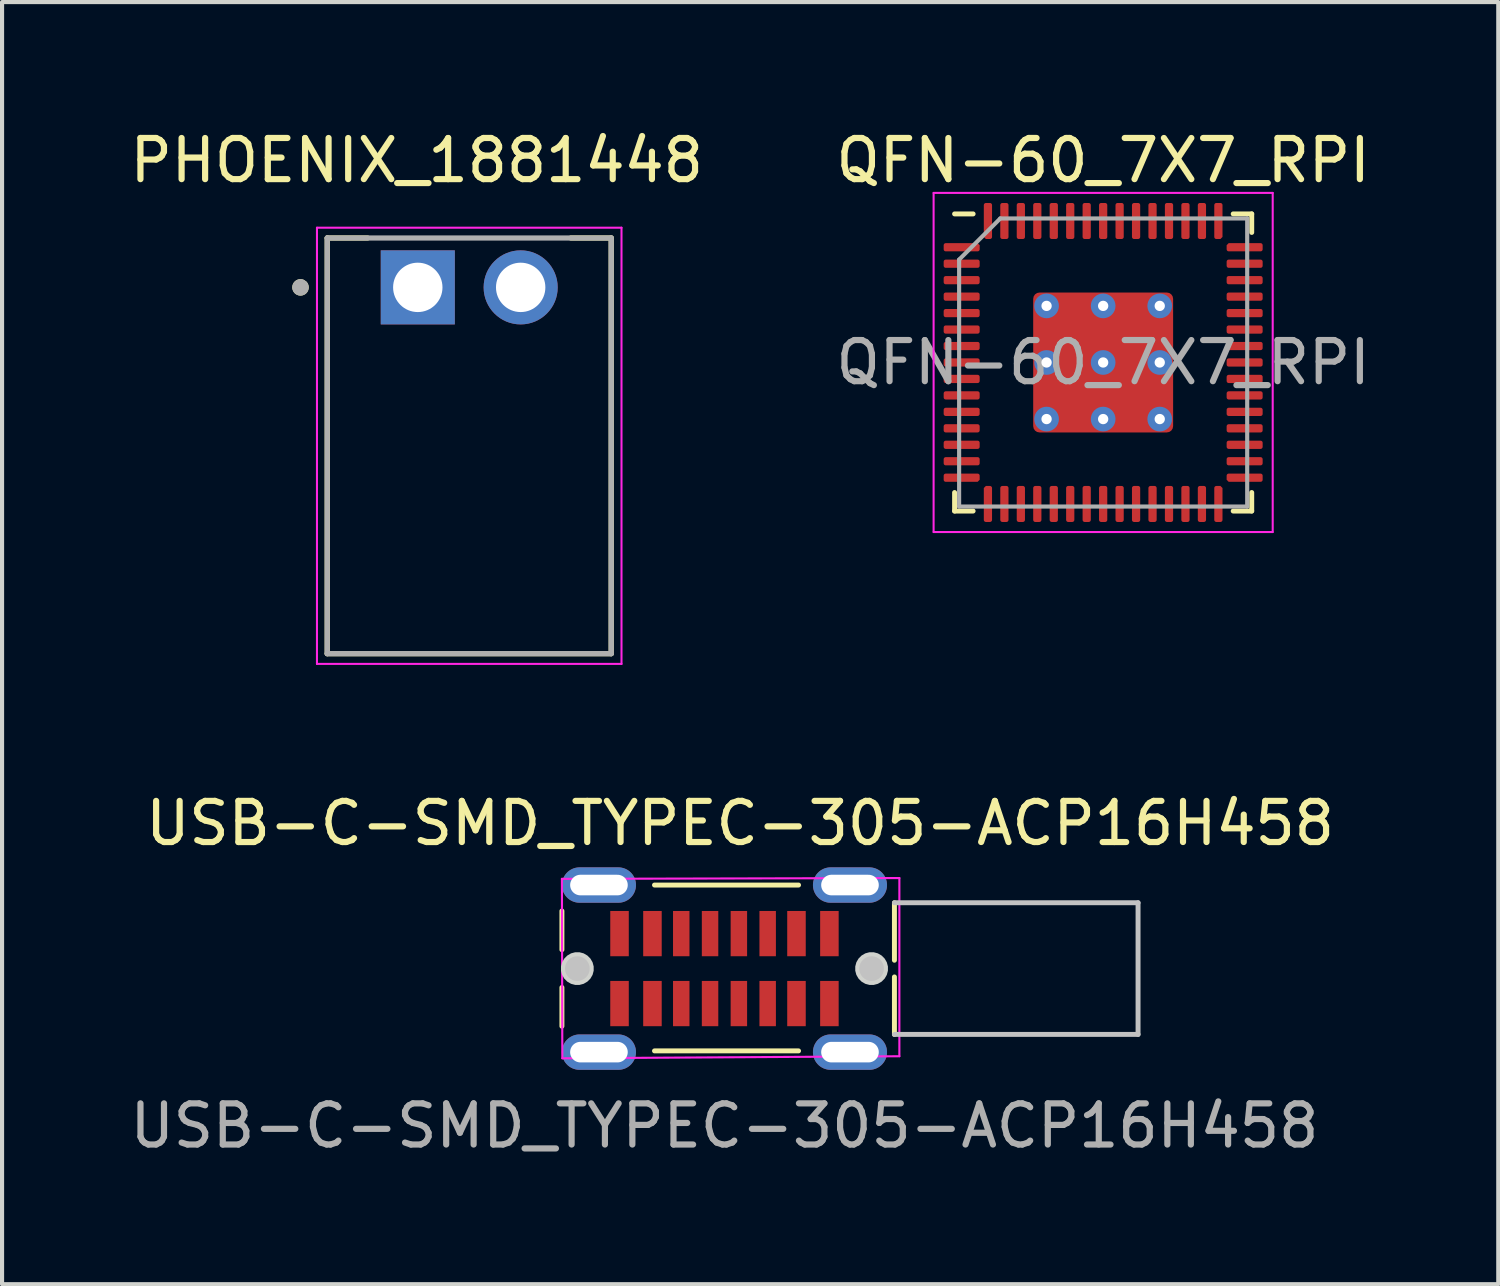
<source format=kicad_pcb>
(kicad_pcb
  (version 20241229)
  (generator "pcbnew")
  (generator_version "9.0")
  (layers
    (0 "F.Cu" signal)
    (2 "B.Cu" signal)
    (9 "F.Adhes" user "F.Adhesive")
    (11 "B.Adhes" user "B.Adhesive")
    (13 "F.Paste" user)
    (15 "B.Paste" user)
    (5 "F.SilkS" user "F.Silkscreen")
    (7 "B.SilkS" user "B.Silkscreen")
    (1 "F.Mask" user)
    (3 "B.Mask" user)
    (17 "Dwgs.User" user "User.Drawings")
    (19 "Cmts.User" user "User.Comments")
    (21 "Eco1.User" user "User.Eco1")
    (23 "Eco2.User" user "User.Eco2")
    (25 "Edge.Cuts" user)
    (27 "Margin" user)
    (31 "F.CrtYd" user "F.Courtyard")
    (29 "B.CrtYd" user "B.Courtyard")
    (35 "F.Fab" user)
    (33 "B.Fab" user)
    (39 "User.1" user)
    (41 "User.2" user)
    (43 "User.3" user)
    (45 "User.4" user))
  (footprint "QFN-60_7X7_RPI"
    (layer "F.Cu")
    (at 23.756 5.758)
    (property "Reference" "QFN-60_7X7_RPI" (at 0 -4.91 0) (unlocked yes) (layer "F.SilkS") (effects (font (size 1 1) (thickness 0.15))))
    (attr smd)
    (fp_line (start -3.61 3.61) (end -3.61 3.16) (stroke (width 0.12) (type solid)) (layer "F.SilkS"))
    (fp_line (start -3.16 -3.61) (end -3.61 -3.61) (stroke (width 0.12) (type solid)) (layer "F.SilkS"))
    (fp_line (start -3.16 3.61) (end -3.61 3.61) (stroke (width 0.12) (type solid)) (layer "F.SilkS"))
    (fp_line (start 3.16 -3.61) (end 3.61 -3.61) (stroke (width 0.12) (type solid)) (layer "F.SilkS"))
    (fp_line (start 3.16 3.61) (end 3.61 3.61) (stroke (width 0.12) (type solid)) (layer "F.SilkS"))
    (fp_line (start 3.61 -3.61) (end 3.61 -3.16) (stroke (width 0.12) (type solid)) (layer "F.SilkS"))
    (fp_line (start 3.61 3.61) (end 3.61 3.16) (stroke (width 0.12) (type solid)) (layer "F.SilkS"))
    (fp_line (start -4.12 -4.12) (end -4.12 4.12) (stroke (width 0.05) (type solid)) (layer "F.CrtYd"))
    (fp_line (start -4.12 4.12) (end 4.12 4.12) (stroke (width 0.05) (type solid)) (layer "F.CrtYd"))
    (fp_line (start 4.12 -4.12) (end -4.12 -4.12) (stroke (width 0.05) (type solid)) (layer "F.CrtYd"))
    (fp_line (start 4.12 4.12) (end 4.12 -4.12) (stroke (width 0.05) (type solid)) (layer "F.CrtYd"))
    (fp_line (start -3.5 -2.5) (end -2.5 -3.5) (stroke (width 0.1) (type solid)) (layer "F.Fab"))
    (fp_line (start -3.5 3.5) (end -3.5 -2.5) (stroke (width 0.1) (type solid)) (layer "F.Fab"))
    (fp_line (start -2.5 -3.5) (end 3.5 -3.5) (stroke (width 0.1) (type solid)) (layer "F.Fab"))
    (fp_line (start 3.5 -3.5) (end 3.5 3.5) (stroke (width 0.1) (type solid)) (layer "F.Fab"))
    (fp_line (start 3.5 3.5) (end -3.5 3.5) (stroke (width 0.1) (type solid)) (layer "F.Fab"))
    (fp_text user "${REFERENCE}" (at 0 0 0) (layer "F.Fab") (effects (font (size 1 1) (thickness 0.15))))
    (pad "" smd roundrect (at -0.7 -0.7) (size 1.2 1.2) (layers "F.Paste") (roundrect_rratio 0.208))
    (pad "" smd roundrect (at -0.7 0.7) (size 1.2 1.2) (layers "F.Paste") (roundrect_rratio 0.208))
    (pad "" smd roundrect (at 0.7 -0.7) (size 1.2 1.2) (layers "F.Paste") (roundrect_rratio 0.208))
    (pad "" smd roundrect (at 0.7 0.7) (size 1.2 1.2) (layers "F.Paste") (roundrect_rratio 0.208))
    (pad "1" smd roundrect (at -3.438 -2.8) (size 0.875 0.2) (layers "F.Cu" "F.Mask" "F.Paste") (roundrect_rratio 0.25) (chamfer_ratio 0.25) (chamfer top_right))
    (pad "2" smd roundrect (at -3.438 -2.4) (size 0.875 0.2) (layers "F.Cu" "F.Mask" "F.Paste") (roundrect_rratio 0.25))
    (pad "3" smd roundrect (at -3.438 -2) (size 0.875 0.2) (layers "F.Cu" "F.Mask" "F.Paste") (roundrect_rratio 0.25))
    (pad "4" smd roundrect (at -3.438 -1.6) (size 0.875 0.2) (layers "F.Cu" "F.Mask" "F.Paste") (roundrect_rratio 0.25))
    (pad "5" smd roundrect (at -3.438 -1.2) (size 0.875 0.2) (layers "F.Cu" "F.Mask" "F.Paste") (roundrect_rratio 0.25))
    (pad "6" smd roundrect (at -3.438 -0.8) (size 0.875 0.2) (layers "F.Cu" "F.Mask" "F.Paste") (roundrect_rratio 0.25))
    (pad "7" smd roundrect (at -3.438 -0.4) (size 0.875 0.2) (layers "F.Cu" "F.Mask" "F.Paste") (roundrect_rratio 0.25))
    (pad "8" smd roundrect (at -3.438 0) (size 0.875 0.2) (layers "F.Cu" "F.Mask" "F.Paste") (roundrect_rratio 0.25))
    (pad "9" smd roundrect (at -3.438 0.4) (size 0.875 0.2) (layers "F.Cu" "F.Mask" "F.Paste") (roundrect_rratio 0.25))
    (pad "10" smd roundrect (at -3.438 0.8) (size 0.875 0.2) (layers "F.Cu" "F.Mask" "F.Paste") (roundrect_rratio 0.25))
    (pad "11" smd roundrect (at -3.438 1.2) (size 0.875 0.2) (layers "F.Cu" "F.Mask" "F.Paste") (roundrect_rratio 0.25))
    (pad "12" smd roundrect (at -3.438 1.6) (size 0.875 0.2) (layers "F.Cu" "F.Mask" "F.Paste") (roundrect_rratio 0.25))
    (pad "13" smd roundrect (at -3.438 2) (size 0.875 0.2) (layers "F.Cu" "F.Mask" "F.Paste") (roundrect_rratio 0.25))
    (pad "14" smd roundrect (at -3.438 2.4) (size 0.875 0.2) (layers "F.Cu" "F.Mask" "F.Paste") (roundrect_rratio 0.25))
    (pad "15" smd roundrect (at -3.438 2.8) (size 0.875 0.2) (layers "F.Cu" "F.Mask" "F.Paste") (roundrect_rratio 0.25) (chamfer_ratio 0.25) (chamfer bottom_right))
    (pad "16" smd roundrect (at -2.8 3.438) (size 0.2 0.875) (layers "F.Cu" "F.Mask" "F.Paste") (roundrect_rratio 0.25) (chamfer_ratio 0.25) (chamfer top_left))
    (pad "17" smd roundrect (at -2.4 3.438) (size 0.2 0.875) (layers "F.Cu" "F.Mask" "F.Paste") (roundrect_rratio 0.25))
    (pad "18" smd roundrect (at -2 3.438) (size 0.2 0.875) (layers "F.Cu" "F.Mask" "F.Paste") (roundrect_rratio 0.25))
    (pad "19" smd roundrect (at -1.6 3.438) (size 0.2 0.875) (layers "F.Cu" "F.Mask" "F.Paste") (roundrect_rratio 0.25))
    (pad "20" smd roundrect (at -1.2 3.438) (size 0.2 0.875) (layers "F.Cu" "F.Mask" "F.Paste") (roundrect_rratio 0.25))
    (pad "21" smd roundrect (at -0.8 3.438) (size 0.2 0.875) (layers "F.Cu" "F.Mask" "F.Paste") (roundrect_rratio 0.25))
    (pad "22" smd roundrect (at -0.4 3.438) (size 0.2 0.875) (layers "F.Cu" "F.Mask" "F.Paste") (roundrect_rratio 0.25))
    (pad "23" smd roundrect (at 0 3.438) (size 0.2 0.875) (layers "F.Cu" "F.Mask" "F.Paste") (roundrect_rratio 0.25))
    (pad "24" smd roundrect (at 0.4 3.438) (size 0.2 0.875) (layers "F.Cu" "F.Mask" "F.Paste") (roundrect_rratio 0.25))
    (pad "25" smd roundrect (at 0.8 3.438) (size 0.2 0.875) (layers "F.Cu" "F.Mask" "F.Paste") (roundrect_rratio 0.25))
    (pad "26" smd roundrect (at 1.2 3.438) (size 0.2 0.875) (layers "F.Cu" "F.Mask" "F.Paste") (roundrect_rratio 0.25))
    (pad "27" smd roundrect (at 1.6 3.438) (size 0.2 0.875) (layers "F.Cu" "F.Mask" "F.Paste") (roundrect_rratio 0.25))
    (pad "28" smd roundrect (at 2 3.438) (size 0.2 0.875) (layers "F.Cu" "F.Mask" "F.Paste") (roundrect_rratio 0.25))
    (pad "29" smd roundrect (at 2.4 3.438) (size 0.2 0.875) (layers "F.Cu" "F.Mask" "F.Paste") (roundrect_rratio 0.25))
    (pad "30" smd roundrect (at 2.8 3.438) (size 0.2 0.875) (layers "F.Cu" "F.Mask" "F.Paste") (roundrect_rratio 0.25) (chamfer_ratio 0.25) (chamfer top_right))
    (pad "31" smd roundrect (at 3.438 2.8) (size 0.875 0.2) (layers "F.Cu" "F.Mask" "F.Paste") (roundrect_rratio 0.25) (chamfer_ratio 0.25) (chamfer bottom_left))
    (pad "32" smd roundrect (at 3.438 2.4) (size 0.875 0.2) (layers "F.Cu" "F.Mask" "F.Paste") (roundrect_rratio 0.25))
    (pad "33" smd roundrect (at 3.438 2) (size 0.875 0.2) (layers "F.Cu" "F.Mask" "F.Paste") (roundrect_rratio 0.25))
    (pad "34" smd roundrect (at 3.438 1.6) (size 0.875 0.2) (layers "F.Cu" "F.Mask" "F.Paste") (roundrect_rratio 0.25))
    (pad "35" smd roundrect (at 3.438 1.2) (size 0.875 0.2) (layers "F.Cu" "F.Mask" "F.Paste") (roundrect_rratio 0.25))
    (pad "36" smd roundrect (at 3.438 0.8) (size 0.875 0.2) (layers "F.Cu" "F.Mask" "F.Paste") (roundrect_rratio 0.25))
    (pad "37" smd roundrect (at 3.438 0.4) (size 0.875 0.2) (layers "F.Cu" "F.Mask" "F.Paste") (roundrect_rratio 0.25))
    (pad "38" smd roundrect (at 3.438 0) (size 0.875 0.2) (layers "F.Cu" "F.Mask" "F.Paste") (roundrect_rratio 0.25))
    (pad "39" smd roundrect (at 3.438 -0.4) (size 0.875 0.2) (layers "F.Cu" "F.Mask" "F.Paste") (roundrect_rratio 0.25))
    (pad "40" smd roundrect (at 3.438 -0.8) (size 0.875 0.2) (layers "F.Cu" "F.Mask" "F.Paste") (roundrect_rratio 0.25))
    (pad "41" smd roundrect (at 3.438 -1.2) (size 0.875 0.2) (layers "F.Cu" "F.Mask" "F.Paste") (roundrect_rratio 0.25))
    (pad "42" smd roundrect (at 3.438 -1.6) (size 0.875 0.2) (layers "F.Cu" "F.Mask" "F.Paste") (roundrect_rratio 0.25))
    (pad "43" smd roundrect (at 3.438 -2) (size 0.875 0.2) (layers "F.Cu" "F.Mask" "F.Paste") (roundrect_rratio 0.25))
    (pad "44" smd roundrect (at 3.438 -2.4) (size 0.875 0.2) (layers "F.Cu" "F.Mask" "F.Paste") (roundrect_rratio 0.25))
    (pad "45" smd roundrect (at 3.438 -2.8) (size 0.875 0.2) (layers "F.Cu" "F.Mask" "F.Paste") (roundrect_rratio 0.25) (chamfer_ratio 0.25) (chamfer top_left))
    (pad "46" smd roundrect (at 2.8 -3.438) (size 0.2 0.875) (layers "F.Cu" "F.Mask" "F.Paste") (roundrect_rratio 0.25) (chamfer_ratio 0.25) (chamfer bottom_right))
    (pad "47" smd roundrect (at 2.4 -3.438) (size 0.2 0.875) (layers "F.Cu" "F.Mask" "F.Paste") (roundrect_rratio 0.25))
    (pad "48" smd roundrect (at 2 -3.438) (size 0.2 0.875) (layers "F.Cu" "F.Mask" "F.Paste") (roundrect_rratio 0.25))
    (pad "49" smd roundrect (at 1.6 -3.438) (size 0.2 0.875) (layers "F.Cu" "F.Mask" "F.Paste") (roundrect_rratio 0.25))
    (pad "50" smd roundrect (at 1.2 -3.438) (size 0.2 0.875) (layers "F.Cu" "F.Mask" "F.Paste") (roundrect_rratio 0.25))
    (pad "51" smd roundrect (at 0.8 -3.438) (size 0.2 0.875) (layers "F.Cu" "F.Mask" "F.Paste") (roundrect_rratio 0.25))
    (pad "52" smd roundrect (at 0.4 -3.438) (size 0.2 0.875) (layers "F.Cu" "F.Mask" "F.Paste") (roundrect_rratio 0.25))
    (pad "53" smd roundrect (at 0 -3.438) (size 0.2 0.875) (layers "F.Cu" "F.Mask" "F.Paste") (roundrect_rratio 0.25))
    (pad "54" smd roundrect (at -0.4 -3.438) (size 0.2 0.875) (layers "F.Cu" "F.Mask" "F.Paste") (roundrect_rratio 0.25))
    (pad "55" smd roundrect (at -0.8 -3.438) (size 0.2 0.875) (layers "F.Cu" "F.Mask" "F.Paste") (roundrect_rratio 0.25))
    (pad "56" smd roundrect (at -1.2 -3.438) (size 0.2 0.875) (layers "F.Cu" "F.Mask" "F.Paste") (roundrect_rratio 0.25))
    (pad "57" smd roundrect (at -1.6 -3.438) (size 0.2 0.875) (layers "F.Cu" "F.Mask" "F.Paste") (roundrect_rratio 0.25))
    (pad "58" smd roundrect (at -2 -3.438) (size 0.2 0.875) (layers "F.Cu" "F.Mask" "F.Paste") (roundrect_rratio 0.25))
    (pad "59" smd roundrect (at -2.4 -3.438) (size 0.2 0.875) (layers "F.Cu" "F.Mask" "F.Paste") (roundrect_rratio 0.25))
    (pad "60" smd roundrect (at -2.8 -3.438) (size 0.2 0.875) (layers "F.Cu" "F.Mask" "F.Paste") (roundrect_rratio 0.25) (chamfer_ratio 0.25) (chamfer bottom_left))
    (pad "61" thru_hole circle (at -1.375 -1.375) (size 0.6 0.6) (drill 0.25) (layers "*.Cu"))
    (pad "61" thru_hole circle (at -1.375 0) (size 0.6 0.6) (drill 0.25) (layers "*.Cu"))
    (pad "61" thru_hole circle (at -1.375 1.375) (size 0.6 0.6) (drill 0.25) (layers "*.Cu"))
    (pad "61" thru_hole circle (at 0 -1.375) (size 0.6 0.6) (drill 0.25) (layers "*.Cu"))
    (pad "61" thru_hole circle (at 0 0) (size 0.6 0.6) (drill 0.25) (layers "*.Cu"))
    (pad "61" smd roundrect (at 0 0 90) (size 3.4 3.4) (layers "F.Cu" "F.Mask") (roundrect_rratio 0.045))
    (pad "61" thru_hole circle (at 0 1.375) (size 0.6 0.6) (drill 0.25) (layers "*.Cu"))
    (pad "61" thru_hole circle (at 1.375 -1.375) (size 0.6 0.6) (drill 0.25) (layers "*.Cu"))
    (pad "61" thru_hole circle (at 1.375 0) (size 0.6 0.6) (drill 0.25) (layers "*.Cu"))
    (pad "61" thru_hole circle (at 1.375 1.375) (size 0.6 0.6) (drill 0.25) (layers "*.Cu")))
  (footprint "USB-C-SMD_TYPEC-305-ACP16H458"
    (layer "F.Cu")
    (at 14.554 20.486)
    (property "Reference" "USB-C-SMD_TYPEC-305-ACP16H458" (at 0.38 -3.53 0) (layer "F.SilkS") (effects (font (size 1 1) (thickness 0.15))))
    (attr through_hole)
    (fp_line (start -3.95 -1.4) (end -3.95 -0.459) (stroke (width 0.12) (type solid)) (layer "F.SilkS"))
    (fp_line (start -3.95 0.459) (end -3.95 1.4) (stroke (width 0.12) (type solid)) (layer "F.SilkS"))
    (fp_line (start 1.8 -2.03) (end -1.7 -2.03) (stroke (width 0.12) (type solid)) (layer "F.SilkS"))
    (fp_line (start 1.8 2) (end -1.7 2) (stroke (width 0.12) (type solid)) (layer "F.SilkS"))
    (fp_line (start 4.13 -1.6) (end 4.13 -0.203) (stroke (width 0.12) (type solid)) (layer "F.SilkS"))
    (fp_line (start 4.13 0.203) (end 4.13 1.6) (stroke (width 0.12) (type solid)) (layer "F.SilkS"))
    (fp_line (start 10.05 -1.6) (end 4.13 -1.6) (stroke (width 0.12) (type solid)) (layer "Dwgs.User"))
    (fp_line (start 10.05 -1.6) (end 10.05 1.6) (stroke (width 0.12) (type solid)) (layer "Dwgs.User"))
    (fp_line (start 10.05 1.6) (end 4.13 1.6) (stroke (width 0.12) (type solid)) (layer "Dwgs.User"))
    (fp_circle (center -3.575 0) (end -3.425 0) (stroke (width 0.3) (type default)) (fill no) (layer "Dwgs.User"))
    (fp_circle (center 3.575 0) (end 3.725 0) (stroke (width 0.3) (type default)) (fill no) (layer "Dwgs.User"))
    (fp_poly (pts (xy -3.178 -0.052) (xy -3.205 -0.153) (xy -3.258 -0.244) (xy -3.331 -0.317) (xy -3.422 -0.37) (xy -3.523 -0.397) (xy -3.627 -0.397) (xy -3.728 -0.37) (xy -3.819 -0.317) (xy -3.892 -0.244) (xy -3.945 -0.153) (xy -3.972 -0.052) (xy -3.972 0.052) (xy -3.945 0.153) (xy -3.892 0.244) (xy -3.819 0.317) (xy -3.728 0.37) (xy -3.627 0.397) (xy -3.523 0.397) (xy -3.422 0.37) (xy -3.331 0.317) (xy -3.258 0.244) (xy -3.205 0.153) (xy -3.178 0.052)) (stroke (width 0) (type default)) (fill yes) (layer "Edge.Cuts"))
    (fp_poly (pts (xy 3.972 -0.052) (xy 3.945 -0.153) (xy 3.892 -0.244) (xy 3.819 -0.317) (xy 3.728 -0.37) (xy 3.627 -0.397) (xy 3.523 -0.397) (xy 3.422 -0.37) (xy 3.331 -0.317) (xy 3.258 -0.244) (xy 3.205 -0.153) (xy 3.178 -0.052) (xy 3.178 0.052) (xy 3.205 0.153) (xy 3.258 0.244) (xy 3.331 0.317) (xy 3.422 0.37) (xy 3.523 0.397) (xy 3.627 0.397) (xy 3.728 0.37) (xy 3.819 0.317) (xy 3.892 0.244) (xy 3.945 0.153) (xy 3.972 0.052)) (stroke (width 0) (type default)) (fill yes) (layer "Edge.Cuts"))
    (fp_line (start -3.95 -2.18) (end -3.94 2.18) (stroke (width 0.051) (type solid)) (layer "F.CrtYd"))
    (fp_line (start -3.94 2.18) (end 4.25 2.13) (stroke (width 0.051) (type solid)) (layer "F.CrtYd"))
    (fp_line (start 4.25 -2.2) (end -3.95 -2.18) (stroke (width 0.051) (type solid)) (layer "F.CrtYd"))
    (fp_line (start 4.25 2.13) (end 4.25 -2.2) (stroke (width 0.051) (type solid)) (layer "F.CrtYd"))
    (fp_line (start 3.75 -2.13) (end 3.75 -2.18) (stroke (width 0.051) (type default)) (layer "User.2"))
    (fp_poly (pts (xy -3.978 -2.488) (xy -4.01 -2.52) (xy -4.056 -2.52) (xy -4.088 -2.488) (xy -4.088 -2.442) (xy -4.056 -2.409) (xy -4.01 -2.409) (xy -3.978 -2.442)) (stroke (width 0.1) (type default)) (fill no) (layer "User.3"))
    (fp_text user "${REFERENCE}" (at 0 3.82 0) (layer "F.Fab") (effects (font (size 1 1) (thickness 0.15))))
    (pad "A1" smd rect (at -2.55 -0.85 180) (size 0.45 1.1) (layers "F.Cu" "F.Mask" "F.Paste"))
    (pad "A4" smd rect (at -1.75 -0.85 180) (size 0.45 1.1) (layers "F.Cu" "F.Mask" "F.Paste"))
    (pad "A5" smd rect (at -1.05 -0.85 180) (size 0.4 1.1) (layers "F.Cu" "F.Mask" "F.Paste"))
    (pad "A6" smd rect (at -0.35 -0.85 180) (size 0.4 1.1) (layers "F.Cu" "F.Mask" "F.Paste"))
    (pad "A7" smd rect (at 0.35 -0.85 180) (size 0.4 1.1) (layers "F.Cu" "F.Mask" "F.Paste"))
    (pad "A8" smd rect (at 1.05 -0.85 180) (size 0.4 1.1) (layers "F.Cu" "F.Mask" "F.Paste"))
    (pad "A9" smd rect (at 1.75 -0.85 180) (size 0.45 1.1) (layers "F.Cu" "F.Mask" "F.Paste"))
    (pad "A12" smd rect (at 2.55 -0.85 180) (size 0.45 1.1) (layers "F.Cu" "F.Mask" "F.Paste"))
    (pad "B1" smd rect (at 2.55 0.85) (size 0.45 1.1) (layers "F.Cu" "F.Mask" "F.Paste"))
    (pad "B4" smd rect (at 1.75 0.85) (size 0.45 1.1) (layers "F.Cu" "F.Mask" "F.Paste"))
    (pad "B5" smd rect (at 1.05 0.85) (size 0.4 1.1) (layers "F.Cu" "F.Mask" "F.Paste"))
    (pad "B6" smd rect (at 0.35 0.85) (size 0.4 1.1) (layers "F.Cu" "F.Mask" "F.Paste"))
    (pad "B7" smd rect (at -0.35 0.85) (size 0.4 1.1) (layers "F.Cu" "F.Mask" "F.Paste"))
    (pad "B8" smd rect (at -1.05 0.85) (size 0.4 1.1) (layers "F.Cu" "F.Mask" "F.Paste"))
    (pad "B9" smd rect (at -1.75 0.85) (size 0.45 1.1) (layers "F.Cu" "F.Mask" "F.Paste"))
    (pad "B12" smd rect (at -2.55 0.85) (size 0.45 1.1) (layers "F.Cu" "F.Mask" "F.Paste"))
    (pad "S1" thru_hole oval (at -3.05 -2.03 90) (size 0.86 1.8) (drill oval 0.5 1.4) (layers "*.Cu" "*.Mask"))
    (pad "S1" thru_hole oval (at -3.05 2.03 90) (size 0.86 1.8) (drill oval 0.5 1.4) (layers "*.Cu" "*.Mask"))
    (pad "S1" thru_hole oval (at 3.05 -2.03 90) (size 0.86 1.8) (drill oval 0.5 1.4) (layers "*.Cu" "*.Mask"))
    (pad "S1" thru_hole oval (at 3.05 2.03 90) (size 0.86 1.8) (drill oval 0.5 1.4) (layers "*.Cu" "*.Mask")))
  (footprint "PHOENIX_1881448"
    (layer "F.Cu")
    (at 4.902 12.833)
    (property "Reference" "PHOENIX_1881448" (at 2.175 -11.985 0) (layer "F.SilkS") (effects (font (size 1 1) (thickness 0.15))))
    (attr through_hole)
    (fp_line (start 0 -10.1) (end 0.98 -10.1) (stroke (width 0.127) (type solid)) (layer "F.SilkS"))
    (fp_line (start 0 0) (end 0 -10.1) (stroke (width 0.127) (type solid)) (layer "F.SilkS"))
    (fp_line (start 0 0) (end 6.9 0) (stroke (width 0.127) (type solid)) (layer "F.SilkS"))
    (fp_line (start 5.92 -10.1) (end 6.9 -10.1) (stroke (width 0.127) (type solid)) (layer "F.SilkS"))
    (fp_line (start 6.9 -10.1) (end 6.9 0) (stroke (width 0.127) (type solid)) (layer "F.SilkS"))
    (fp_circle (center -0.65 -8.9) (end -0.55 -8.9) (stroke (width 0.2) (type solid)) (fill no) (layer "F.SilkS"))
    (fp_line (start -0.25 -10.35) (end 7.15 -10.35) (stroke (width 0.05) (type solid)) (layer "F.CrtYd"))
    (fp_line (start -0.25 0.25) (end -0.25 -10.35) (stroke (width 0.05) (type solid)) (layer "F.CrtYd"))
    (fp_line (start 7.15 -10.35) (end 7.15 0.25) (stroke (width 0.05) (type solid)) (layer "F.CrtYd"))
    (fp_line (start 7.15 0.25) (end -0.25 0.25) (stroke (width 0.05) (type solid)) (layer "F.CrtYd"))
    (fp_line (start 0 -10.1) (end 6.9 -10.1) (stroke (width 0.127) (type solid)) (layer "F.Fab"))
    (fp_line (start 0 0) (end 0 -10.1) (stroke (width 0.127) (type solid)) (layer "F.Fab"))
    (fp_line (start 6.9 -10.1) (end 6.9 0) (stroke (width 0.127) (type solid)) (layer "F.Fab"))
    (fp_line (start 6.9 0) (end 0 0) (stroke (width 0.127) (type solid)) (layer "F.Fab"))
    (fp_circle (center -0.65 -8.9) (end -0.55 -8.9) (stroke (width 0.2) (type solid)) (fill no) (layer "F.Fab"))
    (pad "01" thru_hole rect (at 2.2 -8.9) (size 1.8 1.8) (drill 1.2) (layers "*.Cu" "*.Mask"))
    (pad "02" thru_hole circle (at 4.7 -8.9) (size 1.8 1.8) (drill 1.2) (layers "*.Cu" "*.Mask")))
  (gr_rect
    (start -3 -3)
    (end 33.357 28.155)
    (stroke (width 0.1) (type default))
    (fill no)
    (layer "Edge.Cuts")))
</source>
